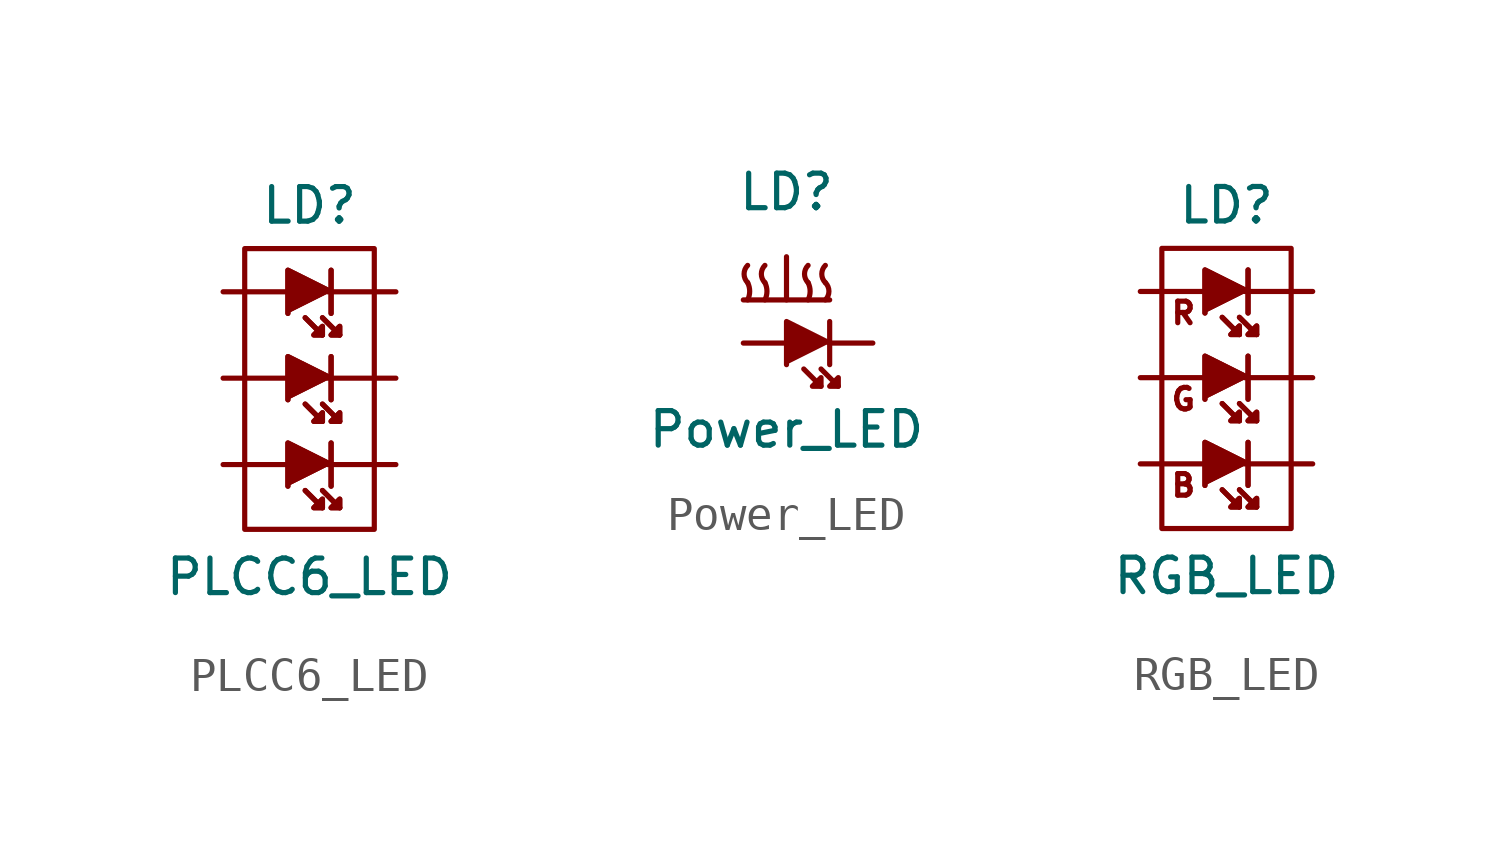
<source format=kicad_sym>
(kicad_symbol_lib
  (version 20220914)
  (generator kicad_symbol_editor)
  (symbol "PLCC6_LED"
    (pin_numbers hide)
    (pin_names
      (offset 1.016) hide)
    (property "Reference" "LD"
      (at 0 5.08 0)
      (effects (font (size 1.016 1.016))))
    (property "Value" "PLCC6_LED"
      (at 0 -5.842 0)
      (effects (font (size 1.016 1.016))))
    (property "Footprint" ""
      (at 0 0 0)
      (effects (font (size 1.524 1.524))))
    (property "Datasheet" ""
      (at 0 0 0)
      (effects (font (size 1.524 1.524))))
    (symbol "PLCC6_LED_0_0"
      (rectangle (start 1.905 3.81) (end -1.905 -4.445) (stroke (width 0) (type solid)) (fill (type none))))
    (symbol "PLCC6_LED_0_1"
      (polyline (pts (xy -0.127 -3.302) (xy 0.381 -3.81) (xy 0.381 -3.81)) (stroke (width 0) (type solid)) (fill (type none)))
      (polyline (pts (xy -0.127 -3.302) (xy 0.381 -3.81) (xy 0.381 -3.81)) (stroke (width 0) (type solid)) (fill (type none)))
      (polyline (pts (xy -0.127 -0.762) (xy 0.381 -1.27) (xy 0.381 -1.27)) (stroke (width 0) (type solid)) (fill (type none)))
      (polyline (pts (xy -0.127 -0.762) (xy 0.381 -1.27) (xy 0.381 -1.27)) (stroke (width 0) (type solid)) (fill (type none)))
      (polyline (pts (xy -0.127 1.778) (xy 0.381 1.27) (xy 0.381 1.27)) (stroke (width 0) (type solid)) (fill (type none)))
      (polyline (pts (xy -0.127 1.778) (xy 0.381 1.27) (xy 0.381 1.27)) (stroke (width 0) (type solid)) (fill (type none)))
      (polyline (pts (xy 0.381 -3.302) (xy 0.889 -3.81) (xy 0.889 -3.81)) (stroke (width 0) (type solid)) (fill (type none)))
      (polyline (pts (xy 0.381 -3.302) (xy 0.889 -3.81) (xy 0.889 -3.81)) (stroke (width 0) (type solid)) (fill (type none)))
      (polyline (pts (xy 0.381 -0.762) (xy 0.889 -1.27) (xy 0.889 -1.27)) (stroke (width 0) (type solid)) (fill (type none)))
      (polyline (pts (xy 0.381 -0.762) (xy 0.889 -1.27) (xy 0.889 -1.27)) (stroke (width 0) (type solid)) (fill (type none)))
      (polyline (pts (xy 0.381 1.778) (xy 0.889 1.27) (xy 0.889 1.27)) (stroke (width 0) (type solid)) (fill (type none)))
      (polyline (pts (xy 0.381 1.778) (xy 0.889 1.27) (xy 0.889 1.27)) (stroke (width 0) (type solid)) (fill (type none)))
      (polyline (pts (xy 0.635 -3.175) (xy 0.635 -1.905) (xy 0.635 -1.905)) (stroke (width 0) (type solid)) (fill (type none)))
      (polyline (pts (xy 0.635 -3.175) (xy 0.635 -1.905) (xy 0.635 -1.905)) (stroke (width 0) (type solid)) (fill (type none)))
      (polyline (pts (xy 0.635 -0.635) (xy 0.635 0.635) (xy 0.635 0.635)) (stroke (width 0) (type solid)) (fill (type none)))
      (polyline (pts (xy 0.635 -0.635) (xy 0.635 0.635) (xy 0.635 0.635)) (stroke (width 0) (type solid)) (fill (type none)))
      (polyline (pts (xy 0.635 1.905) (xy 0.635 3.175) (xy 0.635 3.175)) (stroke (width 0) (type solid)) (fill (type none)))
      (polyline (pts (xy 0.635 1.905) (xy 0.635 3.175) (xy 0.635 3.175)) (stroke (width 0) (type solid)) (fill (type none)))
      (polyline (pts (xy 0.635 -2.54) (xy -0.635 -1.905) (xy -0.635 -3.175) (xy -0.635 -3.175)) (stroke (width 0) (type solid)) (fill (type outline)))
      (polyline (pts (xy 0.635 -2.54) (xy -0.635 -1.905) (xy -0.635 -3.175) (xy -0.635 -3.175)) (stroke (width 0) (type solid)) (fill (type outline)))
      (polyline (pts (xy 0.635 0) (xy -0.635 0.635) (xy -0.635 -0.635) (xy -0.635 -0.635)) (stroke (width 0) (type solid)) (fill (type outline)))
      (polyline (pts (xy 0.635 0) (xy -0.635 0.635) (xy -0.635 -0.635) (xy -0.635 -0.635)) (stroke (width 0) (type solid)) (fill (type outline)))
      (polyline (pts (xy 0.635 2.54) (xy -0.635 3.175) (xy -0.635 1.905) (xy -0.635 1.905)) (stroke (width 0) (type solid)) (fill (type outline)))
      (polyline (pts (xy 0.635 2.54) (xy -0.635 3.175) (xy -0.635 1.905) (xy -0.635 1.905)) (stroke (width 0) (type solid)) (fill (type outline)))
      (polyline (pts (xy 0.889 -3.81) (xy 0.635 -3.81) (xy 0.889 -3.556) (xy 0.889 -3.81) (xy 0.889 -3.81)) (stroke (width 0) (type solid)) (fill (type outline)))
      (polyline (pts (xy 0.889 -3.81) (xy 0.635 -3.81) (xy 0.889 -3.556) (xy 0.889 -3.81) (xy 0.889 -3.81)) (stroke (width 0) (type solid)) (fill (type outline)))
      (polyline (pts (xy 0.889 -1.27) (xy 0.635 -1.27) (xy 0.889 -1.016) (xy 0.889 -1.27) (xy 0.889 -1.27)) (stroke (width 0) (type solid)) (fill (type outline)))
      (polyline (pts (xy 0.889 -1.27) (xy 0.635 -1.27) (xy 0.889 -1.016) (xy 0.889 -1.27) (xy 0.889 -1.27)) (stroke (width 0) (type solid)) (fill (type outline)))
      (polyline (pts (xy 0.889 1.27) (xy 0.635 1.27) (xy 0.889 1.524) (xy 0.889 1.27) (xy 0.889 1.27)) (stroke (width 0) (type solid)) (fill (type outline)))
      (polyline (pts (xy 0.889 1.27) (xy 0.635 1.27) (xy 0.889 1.524) (xy 0.889 1.27) (xy 0.889 1.27)) (stroke (width 0) (type solid)) (fill (type outline)))
      (polyline (pts (xy 0.381 -3.81) (xy 0.127 -3.81) (xy 0.381 -3.556) (xy 0.381 -3.81) (xy 0.381 -3.81) (xy 0.381 -3.81)) (stroke (width 0) (type solid)) (fill (type outline)))
      (polyline (pts (xy 0.381 -3.81) (xy 0.127 -3.81) (xy 0.381 -3.556) (xy 0.381 -3.81) (xy 0.381 -3.81) (xy 0.381 -3.81)) (stroke (width 0) (type solid)) (fill (type outline)))
      (polyline (pts (xy 0.381 -1.27) (xy 0.127 -1.27) (xy 0.381 -1.016) (xy 0.381 -1.27) (xy 0.381 -1.27) (xy 0.381 -1.27)) (stroke (width 0) (type solid)) (fill (type outline)))
      (polyline (pts (xy 0.381 -1.27) (xy 0.127 -1.27) (xy 0.381 -1.016) (xy 0.381 -1.27) (xy 0.381 -1.27) (xy 0.381 -1.27)) (stroke (width 0) (type solid)) (fill (type outline)))
      (polyline (pts (xy 0.381 1.27) (xy 0.127 1.27) (xy 0.381 1.524) (xy 0.381 1.27) (xy 0.381 1.27) (xy 0.381 1.27)) (stroke (width 0) (type solid)) (fill (type outline)))
      (polyline (pts (xy 0.381 1.27) (xy 0.127 1.27) (xy 0.381 1.524) (xy 0.381 1.27) (xy 0.381 1.27) (xy 0.381 1.27)) (stroke (width 0) (type solid)) (fill (type outline))))
    (symbol "PLCC6_LED_1_1"
      (pin passive line (at -2.54 2.54 0) (length 2.007) (name "A1" (effects (font (size 1.016 1.016)))) (number "1" (effects (font (size 1.016 1.016)))))
      (pin passive line (at -2.54 0 0) (length 2.007) (name "A2" (effects (font (size 1.016 1.016)))) (number "2" (effects (font (size 1.016 1.016)))))
      (pin passive line (at -2.54 -2.54 0) (length 2.007) (name "A3" (effects (font (size 1.016 1.016)))) (number "3" (effects (font (size 1.016 1.016)))))
      (pin passive line (at 2.54 -2.54 180) (length 2.007) (name "K3" (effects (font (size 1.016 1.016)))) (number "4" (effects (font (size 1.016 1.016)))))
      (pin passive line (at 2.54 0 180) (length 2.007) (name "K2" (effects (font (size 1.016 1.016)))) (number "5" (effects (font (size 1.016 1.016)))))
      (pin passive line (at 2.54 2.54 180) (length 2.007) (name "K1" (effects (font (size 1.016 1.016)))) (number "6" (effects (font (size 1.016 1.016)))))))
  (symbol "Power_LED"
    (pin_numbers hide)
    (pin_names
      (offset 1.016) hide)
    (property "Reference" "LD"
      (at 0 4.445 0)
      (effects (font (size 1.016 1.016))))
    (property "Value" "Power_LED"
      (at 0 -2.54 0)
      (effects (font (size 1.016 1.016))))
    (property "Footprint" ""
      (at 0 0 0)
      (effects (font (size 1.524 1.524))))
    (property "Datasheet" ""
      (at 0 0 0)
      (effects (font (size 1.524 1.524))))
    (symbol "Power_LED_0_1"
      (arc (start -1.143 1.27) (mid -1.083 1.524) (end -1.143 1.778) (stroke (width 0) (type solid)) (fill (type none)))
      (arc (start -1.143 2.286) (mid -1.2482 2.032) (end -1.143 1.778) (stroke (width 0) (type solid)) (fill (type none)))
      (arc (start -0.635 1.27) (mid -0.575 1.524) (end -0.635 1.778) (stroke (width 0) (type solid)) (fill (type none)))
      (arc (start -0.635 2.286) (mid -0.7402 2.032) (end -0.635 1.778) (stroke (width 0) (type solid)) (fill (type none)))
      (polyline (pts (xy -1.27 1.27) (xy 1.27 1.27) (xy 1.27 1.27)) (stroke (width 0) (type solid)) (fill (type none)))
      (polyline (pts (xy 0.508 -0.762) (xy 1.016 -1.27) (xy 1.016 -1.27)) (stroke (width 0) (type solid)) (fill (type none)))
      (polyline (pts (xy 1.016 -0.762) (xy 1.524 -1.27) (xy 1.524 -1.27)) (stroke (width 0) (type solid)) (fill (type none)))
      (polyline (pts (xy 1.27 -0.635) (xy 1.27 0.635) (xy 1.27 0.635)) (stroke (width 0) (type solid)) (fill (type none)))
      (polyline (pts (xy 1.27 0) (xy 0 0.635) (xy 0 -0.635) (xy 0 -0.635)) (stroke (width 0) (type solid)) (fill (type outline)))
      (polyline (pts (xy 1.524 -1.27) (xy 1.27 -1.27) (xy 1.524 -1.016) (xy 1.524 -1.27) (xy 1.524 -1.27)) (stroke (width 0) (type solid)) (fill (type outline)))
      (polyline (pts (xy 1.016 -1.27) (xy 0.762 -1.27) (xy 1.016 -1.016) (xy 1.016 -1.27) (xy 1.016 -1.27) (xy 1.016 -1.27)) (stroke (width 0) (type solid)) (fill (type outline)))
      (arc (start 0.635 1.27) (mid 0.695 1.524) (end 0.635 1.778) (stroke (width 0) (type solid)) (fill (type none)))
      (arc (start 0.635 2.286) (mid 0.5298 2.032) (end 0.635 1.778) (stroke (width 0) (type solid)) (fill (type none)))
      (arc (start 1.143 1.27) (mid 1.2482 1.524) (end 1.143 1.778) (stroke (width 0) (type solid)) (fill (type none)))
      (arc (start 1.143 2.286) (mid 1.0378 2.032) (end 1.143 1.778) (stroke (width 0) (type solid)) (fill (type none))))
    (symbol "Power_LED_1_1"
      (pin passive line (at -1.27 0 0) (length 1.27) (name "A" (effects (font (size 1.016 1.016)))) (number "1" (effects (font (size 1.016 1.016)))))
      (pin passive line (at 2.54 0 180) (length 1.27) (name "K" (effects (font (size 1.016 1.016)))) (number "2" (effects (font (size 1.016 1.016)))))
      (pin input line (at 0 2.54 270) (length 1.27) (name "Thermal" (effects (font (size 1.016 1.016)))) (number "3" (effects (font (size 1.016 1.016)))))))
  (symbol "RGB_LED"
    (pin_numbers hide)
    (pin_names
      (offset 1.016) hide)
    (property "Reference" "LD"
      (at 0 5.08 0)
      (effects (font (size 1.016 1.016))))
    (property "Value" "RGB_LED"
      (at 0 -5.842 0)
      (effects (font (size 1.016 1.016))))
    (property "Footprint" ""
      (at 0 0 0)
      (effects (font (size 1.524 1.524))))
    (property "Datasheet" ""
      (at 0 0 0)
      (effects (font (size 1.524 1.524))))
    (symbol "RGB_LED_0_0"
      (rectangle (start 1.905 3.81) (end -1.905 -4.445) (stroke (width 0) (type solid)) (fill (type none)))
      (text "B" (at -1.27 -3.175 0) (effects (font (size 0.635 0.635))))
      (text "G" (at -1.27 -0.635 0) (effects (font (size 0.635 0.635))))
      (text "R" (at -1.27 1.905 0) (effects (font (size 0.635 0.635)))))
    (symbol "RGB_LED_0_1"
      (polyline (pts (xy -0.127 -3.302) (xy 0.381 -3.81) (xy 0.381 -3.81)) (stroke (width 0) (type solid)) (fill (type none)))
      (polyline (pts (xy -0.127 -3.302) (xy 0.381 -3.81) (xy 0.381 -3.81)) (stroke (width 0) (type solid)) (fill (type none)))
      (polyline (pts (xy -0.127 -0.762) (xy 0.381 -1.27) (xy 0.381 -1.27)) (stroke (width 0) (type solid)) (fill (type none)))
      (polyline (pts (xy -0.127 -0.762) (xy 0.381 -1.27) (xy 0.381 -1.27)) (stroke (width 0) (type solid)) (fill (type none)))
      (polyline (pts (xy -0.127 1.778) (xy 0.381 1.27) (xy 0.381 1.27)) (stroke (width 0) (type solid)) (fill (type none)))
      (polyline (pts (xy -0.127 1.778) (xy 0.381 1.27) (xy 0.381 1.27)) (stroke (width 0) (type solid)) (fill (type none)))
      (polyline (pts (xy 0.381 -3.302) (xy 0.889 -3.81) (xy 0.889 -3.81)) (stroke (width 0) (type solid)) (fill (type none)))
      (polyline (pts (xy 0.381 -3.302) (xy 0.889 -3.81) (xy 0.889 -3.81)) (stroke (width 0) (type solid)) (fill (type none)))
      (polyline (pts (xy 0.381 -0.762) (xy 0.889 -1.27) (xy 0.889 -1.27)) (stroke (width 0) (type solid)) (fill (type none)))
      (polyline (pts (xy 0.381 -0.762) (xy 0.889 -1.27) (xy 0.889 -1.27)) (stroke (width 0) (type solid)) (fill (type none)))
      (polyline (pts (xy 0.381 1.778) (xy 0.889 1.27) (xy 0.889 1.27)) (stroke (width 0) (type solid)) (fill (type none)))
      (polyline (pts (xy 0.381 1.778) (xy 0.889 1.27) (xy 0.889 1.27)) (stroke (width 0) (type solid)) (fill (type none)))
      (polyline (pts (xy 0.635 -3.175) (xy 0.635 -1.905) (xy 0.635 -1.905)) (stroke (width 0) (type solid)) (fill (type none)))
      (polyline (pts (xy 0.635 -3.175) (xy 0.635 -1.905) (xy 0.635 -1.905)) (stroke (width 0) (type solid)) (fill (type none)))
      (polyline (pts (xy 0.635 -0.635) (xy 0.635 0.635) (xy 0.635 0.635)) (stroke (width 0) (type solid)) (fill (type none)))
      (polyline (pts (xy 0.635 -0.635) (xy 0.635 0.635) (xy 0.635 0.635)) (stroke (width 0) (type solid)) (fill (type none)))
      (polyline (pts (xy 0.635 1.905) (xy 0.635 3.175) (xy 0.635 3.175)) (stroke (width 0) (type solid)) (fill (type none)))
      (polyline (pts (xy 0.635 1.905) (xy 0.635 3.175) (xy 0.635 3.175)) (stroke (width 0) (type solid)) (fill (type none)))
      (polyline (pts (xy 0.635 -2.54) (xy -0.635 -1.905) (xy -0.635 -3.175) (xy -0.635 -3.175)) (stroke (width 0) (type solid)) (fill (type outline)))
      (polyline (pts (xy 0.635 -2.54) (xy -0.635 -1.905) (xy -0.635 -3.175) (xy -0.635 -3.175)) (stroke (width 0) (type solid)) (fill (type outline)))
      (polyline (pts (xy 0.635 0) (xy -0.635 0.635) (xy -0.635 -0.635) (xy -0.635 -0.635)) (stroke (width 0) (type solid)) (fill (type outline)))
      (polyline (pts (xy 0.635 0) (xy -0.635 0.635) (xy -0.635 -0.635) (xy -0.635 -0.635)) (stroke (width 0) (type solid)) (fill (type outline)))
      (polyline (pts (xy 0.635 2.54) (xy -0.635 3.175) (xy -0.635 1.905) (xy -0.635 1.905)) (stroke (width 0) (type solid)) (fill (type outline)))
      (polyline (pts (xy 0.635 2.54) (xy -0.635 3.175) (xy -0.635 1.905) (xy -0.635 1.905)) (stroke (width 0) (type solid)) (fill (type outline)))
      (polyline (pts (xy 0.889 -3.81) (xy 0.635 -3.81) (xy 0.889 -3.556) (xy 0.889 -3.81) (xy 0.889 -3.81)) (stroke (width 0) (type solid)) (fill (type outline)))
      (polyline (pts (xy 0.889 -3.81) (xy 0.635 -3.81) (xy 0.889 -3.556) (xy 0.889 -3.81) (xy 0.889 -3.81)) (stroke (width 0) (type solid)) (fill (type outline)))
      (polyline (pts (xy 0.889 -1.27) (xy 0.635 -1.27) (xy 0.889 -1.016) (xy 0.889 -1.27) (xy 0.889 -1.27)) (stroke (width 0) (type solid)) (fill (type outline)))
      (polyline (pts (xy 0.889 -1.27) (xy 0.635 -1.27) (xy 0.889 -1.016) (xy 0.889 -1.27) (xy 0.889 -1.27)) (stroke (width 0) (type solid)) (fill (type outline)))
      (polyline (pts (xy 0.889 1.27) (xy 0.635 1.27) (xy 0.889 1.524) (xy 0.889 1.27) (xy 0.889 1.27)) (stroke (width 0) (type solid)) (fill (type outline)))
      (polyline (pts (xy 0.889 1.27) (xy 0.635 1.27) (xy 0.889 1.524) (xy 0.889 1.27) (xy 0.889 1.27)) (stroke (width 0) (type solid)) (fill (type outline)))
      (polyline (pts (xy 0.381 -3.81) (xy 0.127 -3.81) (xy 0.381 -3.556) (xy 0.381 -3.81) (xy 0.381 -3.81) (xy 0.381 -3.81)) (stroke (width 0) (type solid)) (fill (type outline)))
      (polyline (pts (xy 0.381 -3.81) (xy 0.127 -3.81) (xy 0.381 -3.556) (xy 0.381 -3.81) (xy 0.381 -3.81) (xy 0.381 -3.81)) (stroke (width 0) (type solid)) (fill (type outline)))
      (polyline (pts (xy 0.381 -1.27) (xy 0.127 -1.27) (xy 0.381 -1.016) (xy 0.381 -1.27) (xy 0.381 -1.27) (xy 0.381 -1.27)) (stroke (width 0) (type solid)) (fill (type outline)))
      (polyline (pts (xy 0.381 -1.27) (xy 0.127 -1.27) (xy 0.381 -1.016) (xy 0.381 -1.27) (xy 0.381 -1.27) (xy 0.381 -1.27)) (stroke (width 0) (type solid)) (fill (type outline)))
      (polyline (pts (xy 0.381 1.27) (xy 0.127 1.27) (xy 0.381 1.524) (xy 0.381 1.27) (xy 0.381 1.27) (xy 0.381 1.27)) (stroke (width 0) (type solid)) (fill (type outline)))
      (polyline (pts (xy 0.381 1.27) (xy 0.127 1.27) (xy 0.381 1.524) (xy 0.381 1.27) (xy 0.381 1.27) (xy 0.381 1.27)) (stroke (width 0) (type solid)) (fill (type outline))))
    (symbol "RGB_LED_1_1"
      (pin passive line (at -2.54 2.54 0) (length 2.007) (name "AR" (effects (font (size 1.016 1.016)))) (number "1" (effects (font (size 1.016 1.016)))))
      (pin passive line (at -2.54 0 0) (length 2.007) (name "AG" (effects (font (size 1.016 1.016)))) (number "2" (effects (font (size 1.016 1.016)))))
      (pin passive line (at -2.54 -2.54 0) (length 2.007) (name "AB" (effects (font (size 1.016 1.016)))) (number "3" (effects (font (size 1.016 1.016)))))
      (pin passive line (at 2.54 -2.54 180) (length 2.007) (name "KB" (effects (font (size 1.016 1.016)))) (number "4" (effects (font (size 1.016 1.016)))))
      (pin passive line (at 2.54 0 180) (length 2.007) (name "KG" (effects (font (size 1.016 1.016)))) (number "5" (effects (font (size 1.016 1.016)))))
      (pin passive line (at 2.54 2.54 180) (length 2.007) (name "KR" (effects (font (size 1.016 1.016)))) (number "6" (effects (font (size 1.016 1.016))))))))
</source>
